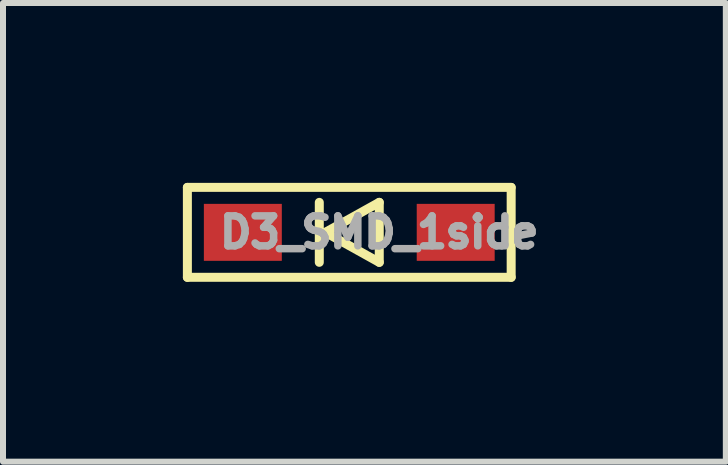
<source format=kicad_pcb>
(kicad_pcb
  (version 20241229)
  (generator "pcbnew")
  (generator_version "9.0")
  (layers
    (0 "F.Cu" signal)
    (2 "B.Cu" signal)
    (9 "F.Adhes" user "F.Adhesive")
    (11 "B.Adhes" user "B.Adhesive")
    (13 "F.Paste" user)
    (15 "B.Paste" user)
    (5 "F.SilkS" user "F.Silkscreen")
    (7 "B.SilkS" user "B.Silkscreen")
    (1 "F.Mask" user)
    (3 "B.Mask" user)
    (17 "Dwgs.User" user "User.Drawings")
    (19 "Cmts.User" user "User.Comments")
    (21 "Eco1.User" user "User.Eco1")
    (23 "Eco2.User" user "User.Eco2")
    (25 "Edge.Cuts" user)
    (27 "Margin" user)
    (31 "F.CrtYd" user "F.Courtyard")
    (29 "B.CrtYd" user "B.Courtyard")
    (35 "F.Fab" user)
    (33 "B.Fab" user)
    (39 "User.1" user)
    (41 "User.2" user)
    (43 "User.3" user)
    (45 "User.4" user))
  (footprint "D3_SMD_1side"
    (layer "F.Cu")
    (at 2.775 0.825)
    (property "Reference" "D3_SMD_1side" (at 0.5 0 0) (layer "F.Fab") (effects (font (size 0.5 0.5) (thickness 0.125))))
    (attr through_hole)
    (fp_line (start -2.7 -0.75) (end -2.7 0.75) (stroke (width 0.15) (type solid)) (layer "F.SilkS"))
    (fp_line (start -2.7 0.75) (end 2.7 0.75) (stroke (width 0.15) (type solid)) (layer "F.SilkS"))
    (fp_line (start -0.5 -0.5) (end -0.5 0.5) (stroke (width 0.15) (type solid)) (layer "F.SilkS"))
    (fp_line (start -0.4 0) (end 0.5 -0.5) (stroke (width 0.15) (type solid)) (layer "F.SilkS"))
    (fp_line (start 0.5 -0.5) (end 0.5 0.5) (stroke (width 0.15) (type solid)) (layer "F.SilkS"))
    (fp_line (start 0.5 0.5) (end -0.4 0) (stroke (width 0.15) (type solid)) (layer "F.SilkS"))
    (fp_line (start 2.7 -0.75) (end -2.7 -0.75) (stroke (width 0.15) (type solid)) (layer "F.SilkS"))
    (fp_line (start 2.7 -0.75) (end 2.7 0.75) (stroke (width 0.15) (type solid)) (layer "F.SilkS"))
    (pad "1" smd rect (at -1.775 0) (size 1.3 0.95) (layers "F.Cu" "F.Mask" "F.Paste"))
    (pad "2" smd rect (at 1.775 0) (size 1.3 0.95) (layers "F.Cu" "F.Mask" "F.Paste")))
  (gr_rect
    (start -3 -3)
    (end 9.055 4.65)
    (stroke (width 0.1) (type default))
    (fill no)
    (layer "Edge.Cuts")))
</source>
